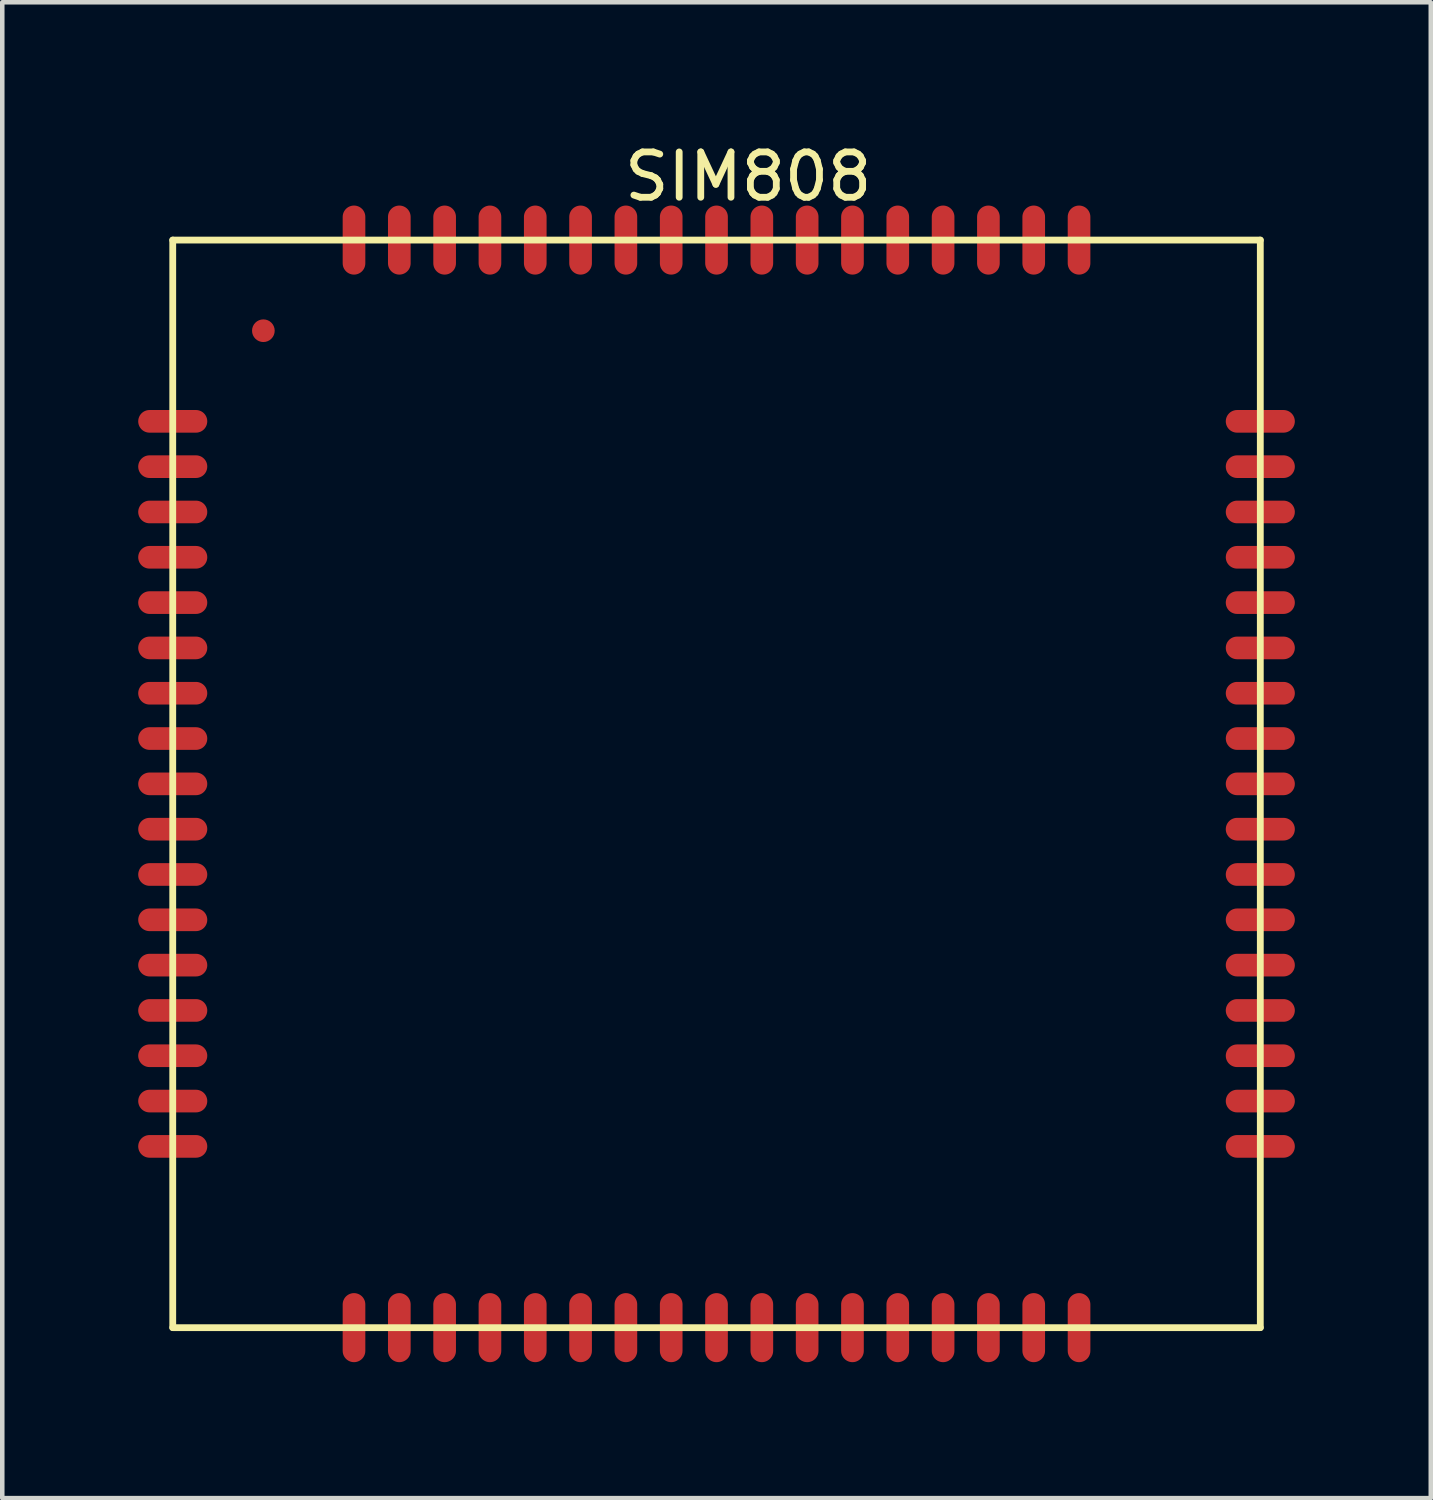
<source format=kicad_pcb>
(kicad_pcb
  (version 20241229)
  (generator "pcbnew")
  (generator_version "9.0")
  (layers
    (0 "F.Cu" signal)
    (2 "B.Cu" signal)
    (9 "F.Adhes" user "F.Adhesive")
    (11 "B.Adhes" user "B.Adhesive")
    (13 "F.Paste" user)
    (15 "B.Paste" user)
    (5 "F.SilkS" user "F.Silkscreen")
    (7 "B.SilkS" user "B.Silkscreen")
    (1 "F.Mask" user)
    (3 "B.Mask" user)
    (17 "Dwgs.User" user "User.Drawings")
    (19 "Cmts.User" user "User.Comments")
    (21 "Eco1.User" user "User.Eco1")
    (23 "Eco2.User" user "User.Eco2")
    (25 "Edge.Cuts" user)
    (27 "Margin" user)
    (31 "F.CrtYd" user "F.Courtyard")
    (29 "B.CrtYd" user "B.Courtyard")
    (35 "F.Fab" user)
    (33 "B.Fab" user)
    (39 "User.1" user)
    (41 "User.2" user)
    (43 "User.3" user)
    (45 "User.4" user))
  (footprint "SIM808"
    (layer "F.Cu")
    (at 0.762 26.248)
    (property "Reference" "SIM808" (at 12.7 -25.4 0) (layer "F.SilkS") (effects (font (size 1 1) (thickness 0.15))))
    (attr through_hole)
    (fp_line (start 0 -24) (end 24 -24) (stroke (width 0.15) (type solid)) (layer "F.SilkS"))
    (fp_line (start 0 0) (end 0 -24) (stroke (width 0.15) (type solid)) (layer "F.SilkS"))
    (fp_line (start 0 0) (end 24 0) (stroke (width 0.15) (type solid)) (layer "F.SilkS"))
    (fp_line (start 24 0) (end 24 -24) (stroke (width 0.15) (type solid)) (layer "F.SilkS"))
    (pad "" smd circle (at 2 -22) (size 0.5 0.5) (layers "F.Cu" "F.Mask" "F.Paste"))
    (pad "1" smd oval (at 0 -20) (size 1.524 0.5) (layers "F.Cu" "F.Mask" "F.Paste"))
    (pad "2" smd oval (at 0 -19) (size 1.524 0.5) (layers "F.Cu" "F.Mask" "F.Paste"))
    (pad "3" smd oval (at 0 -18) (size 1.524 0.5) (layers "F.Cu" "F.Mask" "F.Paste"))
    (pad "4" smd oval (at 0 -17) (size 1.524 0.5) (layers "F.Cu" "F.Mask" "F.Paste"))
    (pad "5" smd oval (at 0 -16) (size 1.524 0.5) (layers "F.Cu" "F.Mask" "F.Paste"))
    (pad "6" smd oval (at 0 -15) (size 1.524 0.5) (layers "F.Cu" "F.Mask" "F.Paste"))
    (pad "7" smd oval (at 0 -14) (size 1.524 0.5) (layers "F.Cu" "F.Mask" "F.Paste"))
    (pad "8" smd oval (at 0 -13) (size 1.524 0.5) (layers "F.Cu" "F.Mask" "F.Paste"))
    (pad "9" smd oval (at 0 -12) (size 1.524 0.5) (layers "F.Cu" "F.Mask" "F.Paste"))
    (pad "10" smd oval (at 0 -11) (size 1.524 0.5) (layers "F.Cu" "F.Mask" "F.Paste"))
    (pad "11" smd oval (at 0 -10) (size 1.524 0.5) (layers "F.Cu" "F.Mask" "F.Paste"))
    (pad "12" smd oval (at 0 -9) (size 1.524 0.5) (layers "F.Cu" "F.Mask" "F.Paste"))
    (pad "13" smd oval (at 0 -8) (size 1.524 0.5) (layers "F.Cu" "F.Mask" "F.Paste"))
    (pad "14" smd oval (at 0 -7) (size 1.524 0.5) (layers "F.Cu" "F.Mask" "F.Paste"))
    (pad "15" smd oval (at 0 -6) (size 1.524 0.5) (layers "F.Cu" "F.Mask" "F.Paste"))
    (pad "16" smd oval (at 0 -5) (size 1.524 0.5) (layers "F.Cu" "F.Mask" "F.Paste"))
    (pad "17" smd oval (at 0 -4) (size 1.524 0.5) (layers "F.Cu" "F.Mask" "F.Paste"))
    (pad "18" smd oval (at 4 0) (size 0.5 1.524) (layers "F.Cu" "F.Mask" "F.Paste"))
    (pad "19" smd oval (at 5 0) (size 0.5 1.524) (layers "F.Cu" "F.Mask" "F.Paste"))
    (pad "20" smd oval (at 6 0) (size 0.5 1.524) (layers "F.Cu" "F.Mask" "F.Paste"))
    (pad "21" smd oval (at 7 0) (size 0.5 1.524) (layers "F.Cu" "F.Mask" "F.Paste"))
    (pad "22" smd oval (at 8 0) (size 0.5 1.524) (layers "F.Cu" "F.Mask" "F.Paste"))
    (pad "23" smd oval (at 9 0) (size 0.5 1.524) (layers "F.Cu" "F.Mask" "F.Paste"))
    (pad "24" smd oval (at 10 0) (size 0.5 1.524) (layers "F.Cu" "F.Mask" "F.Paste"))
    (pad "25" smd oval (at 11 0) (size 0.5 1.524) (layers "F.Cu" "F.Mask" "F.Paste"))
    (pad "26" smd oval (at 12 0) (size 0.5 1.524) (layers "F.Cu" "F.Mask" "F.Paste"))
    (pad "27" smd oval (at 13 0) (size 0.5 1.524) (layers "F.Cu" "F.Mask" "F.Paste"))
    (pad "28" smd oval (at 14 0) (size 0.5 1.524) (layers "F.Cu" "F.Mask" "F.Paste"))
    (pad "29" smd oval (at 15 0) (size 0.5 1.524) (layers "F.Cu" "F.Mask" "F.Paste"))
    (pad "30" smd oval (at 16 0) (size 0.5 1.524) (layers "F.Cu" "F.Mask" "F.Paste"))
    (pad "31" smd oval (at 17 0) (size 0.5 1.524) (layers "F.Cu" "F.Mask" "F.Paste"))
    (pad "32" smd oval (at 18 0) (size 0.5 1.524) (layers "F.Cu" "F.Mask" "F.Paste"))
    (pad "33" smd oval (at 19 0) (size 0.5 1.524) (layers "F.Cu" "F.Mask" "F.Paste"))
    (pad "34" smd oval (at 20 0) (size 0.5 1.524) (layers "F.Cu" "F.Mask" "F.Paste"))
    (pad "35" smd oval (at 24 -4) (size 1.524 0.5) (layers "F.Cu" "F.Mask" "F.Paste"))
    (pad "36" smd oval (at 24 -5) (size 1.524 0.5) (layers "F.Cu" "F.Mask" "F.Paste"))
    (pad "37" smd oval (at 24 -6) (size 1.524 0.5) (layers "F.Cu" "F.Mask" "F.Paste"))
    (pad "38" smd oval (at 24 -7) (size 1.524 0.5) (layers "F.Cu" "F.Mask" "F.Paste"))
    (pad "39" smd oval (at 24 -8) (size 1.524 0.5) (layers "F.Cu" "F.Mask" "F.Paste"))
    (pad "40" smd oval (at 24 -9) (size 1.524 0.5) (layers "F.Cu" "F.Mask" "F.Paste"))
    (pad "41" smd oval (at 24 -10) (size 1.524 0.5) (layers "F.Cu" "F.Mask" "F.Paste"))
    (pad "42" smd oval (at 24 -11) (size 1.524 0.5) (layers "F.Cu" "F.Mask" "F.Paste"))
    (pad "43" smd oval (at 24 -12) (size 1.524 0.5) (layers "F.Cu" "F.Mask" "F.Paste"))
    (pad "44" smd oval (at 24 -13) (size 1.524 0.5) (layers "F.Cu" "F.Mask" "F.Paste"))
    (pad "45" smd oval (at 24 -14) (size 1.524 0.5) (layers "F.Cu" "F.Mask" "F.Paste"))
    (pad "46" smd oval (at 24 -15) (size 1.524 0.5) (layers "F.Cu" "F.Mask" "F.Paste"))
    (pad "47" smd oval (at 24 -16) (size 1.524 0.5) (layers "F.Cu" "F.Mask" "F.Paste"))
    (pad "48" smd oval (at 24 -17) (size 1.524 0.5) (layers "F.Cu" "F.Mask" "F.Paste"))
    (pad "49" smd oval (at 24 -18) (size 1.524 0.5) (layers "F.Cu" "F.Mask" "F.Paste"))
    (pad "50" smd oval (at 24 -19) (size 1.524 0.5) (layers "F.Cu" "F.Mask" "F.Paste"))
    (pad "51" smd oval (at 24 -20) (size 1.524 0.5) (layers "F.Cu" "F.Mask" "F.Paste"))
    (pad "52" smd oval (at 20 -24) (size 0.5 1.524) (layers "F.Cu" "F.Mask" "F.Paste"))
    (pad "53" smd oval (at 19 -24) (size 0.5 1.524) (layers "F.Cu" "F.Mask" "F.Paste"))
    (pad "54" smd oval (at 18 -24) (size 0.5 1.524) (layers "F.Cu" "F.Mask" "F.Paste"))
    (pad "55" smd oval (at 17 -24) (size 0.5 1.524) (layers "F.Cu" "F.Mask" "F.Paste"))
    (pad "56" smd oval (at 16 -24) (size 0.5 1.524) (layers "F.Cu" "F.Mask" "F.Paste"))
    (pad "57" smd oval (at 15 -24) (size 0.5 1.524) (layers "F.Cu" "F.Mask" "F.Paste"))
    (pad "58" smd oval (at 14 -24) (size 0.5 1.524) (layers "F.Cu" "F.Mask" "F.Paste"))
    (pad "59" smd oval (at 13 -24) (size 0.5 1.524) (layers "F.Cu" "F.Mask" "F.Paste"))
    (pad "60" smd oval (at 12 -24) (size 0.5 1.524) (layers "F.Cu" "F.Mask" "F.Paste"))
    (pad "61" smd oval (at 11 -24) (size 0.5 1.524) (layers "F.Cu" "F.Mask" "F.Paste"))
    (pad "62" smd oval (at 10 -24) (size 0.5 1.524) (layers "F.Cu" "F.Mask" "F.Paste"))
    (pad "63" smd oval (at 9 -24) (size 0.5 1.524) (layers "F.Cu" "F.Mask" "F.Paste"))
    (pad "64" smd oval (at 8 -24) (size 0.5 1.524) (layers "F.Cu" "F.Mask" "F.Paste"))
    (pad "65" smd oval (at 7 -24) (size 0.5 1.524) (layers "F.Cu" "F.Mask" "F.Paste"))
    (pad "66" smd oval (at 6 -24) (size 0.5 1.524) (layers "F.Cu" "F.Mask" "F.Paste"))
    (pad "67" smd oval (at 5 -24) (size 0.5 1.524) (layers "F.Cu" "F.Mask" "F.Paste"))
    (pad "68" smd oval (at 4 -24) (size 0.5 1.524) (layers "F.Cu" "F.Mask" "F.Paste")))
  (gr_rect
    (start -3 -3)
    (end 28.524 30.01)
    (stroke (width 0.1) (type default))
    (fill no)
    (layer "Edge.Cuts")))
</source>
